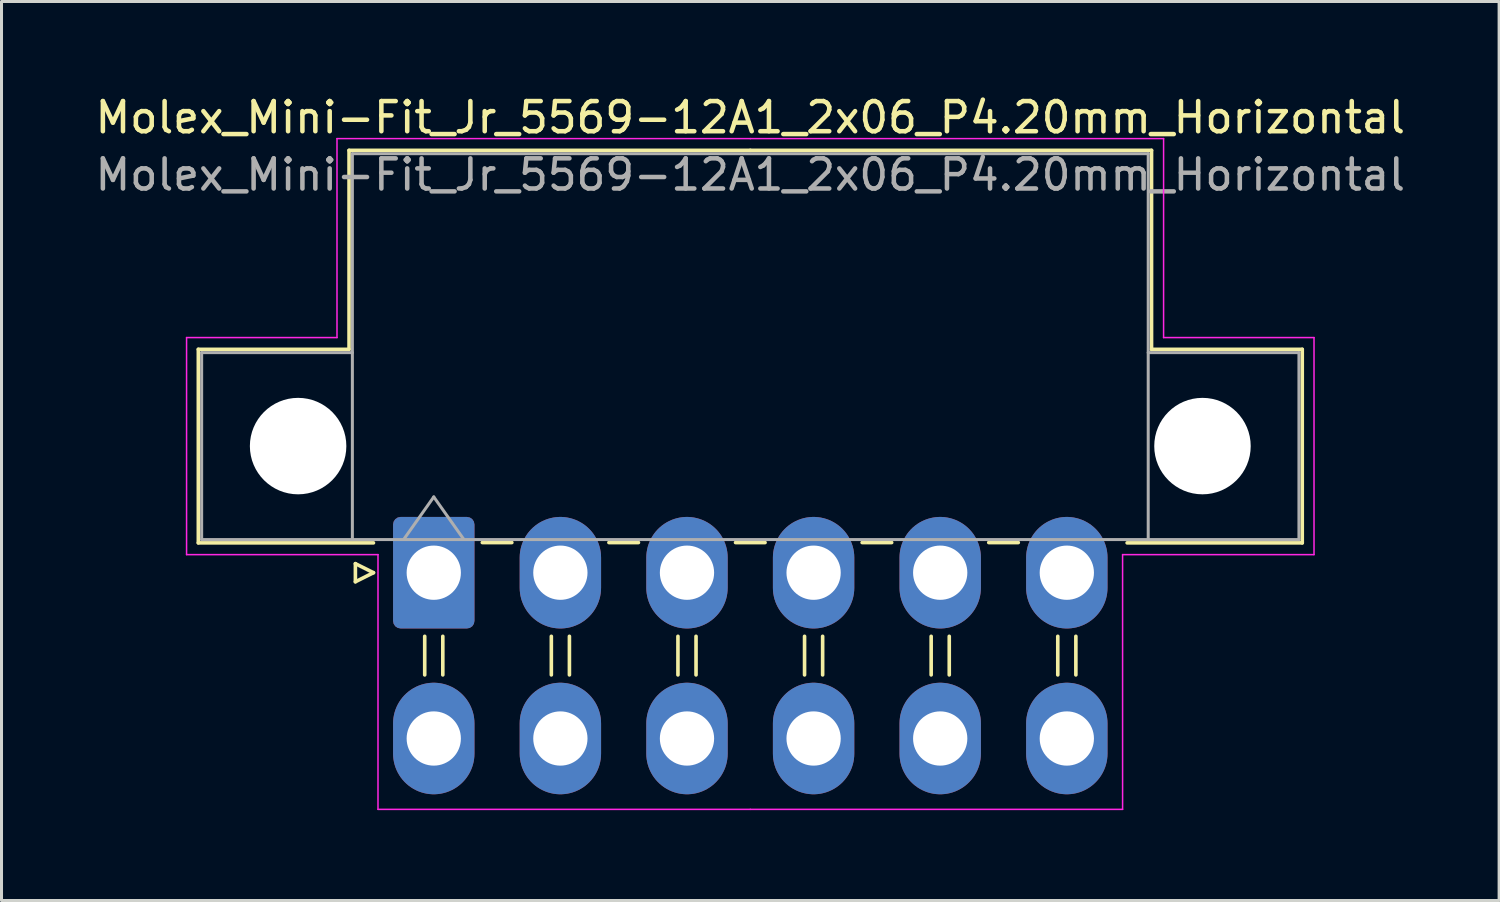
<source format=kicad_pcb>
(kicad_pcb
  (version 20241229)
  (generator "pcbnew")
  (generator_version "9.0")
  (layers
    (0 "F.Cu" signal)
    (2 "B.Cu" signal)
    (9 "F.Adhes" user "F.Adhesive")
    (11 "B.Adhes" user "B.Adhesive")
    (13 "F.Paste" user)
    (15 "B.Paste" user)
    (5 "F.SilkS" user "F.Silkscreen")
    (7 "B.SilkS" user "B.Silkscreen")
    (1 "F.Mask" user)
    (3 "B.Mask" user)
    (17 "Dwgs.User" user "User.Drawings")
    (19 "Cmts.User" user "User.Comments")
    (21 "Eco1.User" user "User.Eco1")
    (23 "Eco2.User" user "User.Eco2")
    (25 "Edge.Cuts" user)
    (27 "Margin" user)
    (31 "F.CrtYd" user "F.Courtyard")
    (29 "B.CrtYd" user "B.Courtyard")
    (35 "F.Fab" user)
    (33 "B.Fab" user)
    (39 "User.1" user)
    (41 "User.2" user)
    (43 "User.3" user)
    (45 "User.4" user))
  (footprint "Molex_Mini-Fit_Jr_5569-12A1_2x06_P4.20mm_Horizontal"
    (layer "F.Cu")
    (at 11.339 15.948)
    (property "Reference" "Molex_Mini-Fit_Jr_5569-12A1_2x06_P4.20mm_Horizontal" (at 10.5 -15.1 0) (layer "F.SilkS") (effects (font (size 1 1) (thickness 0.15))))
    (attr through_hole)
    (fp_line (start -7.81 -7.41) (end -7.81 -0.99) (stroke (width 0.12) (type solid)) (layer "F.SilkS"))
    (fp_line (start -7.81 -0.99) (end -2 -0.99) (stroke (width 0.12) (type solid)) (layer "F.SilkS"))
    (fp_line (start -2.81 -14.01) (end -2.81 -7.41) (stroke (width 0.12) (type solid)) (layer "F.SilkS"))
    (fp_line (start -2.81 -7.41) (end -7.81 -7.41) (stroke (width 0.12) (type solid)) (layer "F.SilkS"))
    (fp_line (start -2.6 -0.3) (end -2 0) (stroke (width 0.12) (type solid)) (layer "F.SilkS"))
    (fp_line (start -2.6 0.3) (end -2.6 -0.3) (stroke (width 0.12) (type solid)) (layer "F.SilkS"))
    (fp_line (start -2 0) (end -2.6 0.3) (stroke (width 0.12) (type solid)) (layer "F.SilkS"))
    (fp_line (start -0.3 2.11) (end -0.3 3.39) (stroke (width 0.12) (type solid)) (layer "F.SilkS"))
    (fp_line (start 0.3 2.11) (end 0.3 3.39) (stroke (width 0.12) (type solid)) (layer "F.SilkS"))
    (fp_line (start 1.61 -1) (end 2.59 -1) (stroke (width 0.12) (type solid)) (layer "F.SilkS"))
    (fp_line (start 3.9 2.11) (end 3.9 3.39) (stroke (width 0.12) (type solid)) (layer "F.SilkS"))
    (fp_line (start 4.5 2.11) (end 4.5 3.39) (stroke (width 0.12) (type solid)) (layer "F.SilkS"))
    (fp_line (start 5.81 -1) (end 6.79 -1) (stroke (width 0.12) (type solid)) (layer "F.SilkS"))
    (fp_line (start 8.1 2.11) (end 8.1 3.39) (stroke (width 0.12) (type solid)) (layer "F.SilkS"))
    (fp_line (start 8.7 2.11) (end 8.7 3.39) (stroke (width 0.12) (type solid)) (layer "F.SilkS"))
    (fp_line (start 10.01 -1) (end 10.99 -1) (stroke (width 0.12) (type solid)) (layer "F.SilkS"))
    (fp_line (start 10.5 -14.01) (end -2.81 -14.01) (stroke (width 0.12) (type solid)) (layer "F.SilkS"))
    (fp_line (start 10.5 -14.01) (end 23.81 -14.01) (stroke (width 0.12) (type solid)) (layer "F.SilkS"))
    (fp_line (start 12.3 2.11) (end 12.3 3.39) (stroke (width 0.12) (type solid)) (layer "F.SilkS"))
    (fp_line (start 12.9 2.11) (end 12.9 3.39) (stroke (width 0.12) (type solid)) (layer "F.SilkS"))
    (fp_line (start 14.21 -1) (end 15.19 -1) (stroke (width 0.12) (type solid)) (layer "F.SilkS"))
    (fp_line (start 16.5 2.11) (end 16.5 3.39) (stroke (width 0.12) (type solid)) (layer "F.SilkS"))
    (fp_line (start 17.1 2.11) (end 17.1 3.39) (stroke (width 0.12) (type solid)) (layer "F.SilkS"))
    (fp_line (start 18.41 -1) (end 19.39 -1) (stroke (width 0.12) (type solid)) (layer "F.SilkS"))
    (fp_line (start 20.7 2.11) (end 20.7 3.39) (stroke (width 0.12) (type solid)) (layer "F.SilkS"))
    (fp_line (start 21.3 2.11) (end 21.3 3.39) (stroke (width 0.12) (type solid)) (layer "F.SilkS"))
    (fp_line (start 23.81 -14.01) (end 23.81 -7.41) (stroke (width 0.12) (type solid)) (layer "F.SilkS"))
    (fp_line (start 23.81 -7.41) (end 28.81 -7.41) (stroke (width 0.12) (type solid)) (layer "F.SilkS"))
    (fp_line (start 28.81 -7.41) (end 28.81 -0.99) (stroke (width 0.12) (type solid)) (layer "F.SilkS"))
    (fp_line (start 28.81 -0.99) (end 23 -0.99) (stroke (width 0.12) (type solid)) (layer "F.SilkS"))
    (fp_line (start -8.2 -7.8) (end -8.2 -0.6) (stroke (width 0.05) (type solid)) (layer "F.CrtYd"))
    (fp_line (start -8.2 -0.6) (end -1.85 -0.6) (stroke (width 0.05) (type solid)) (layer "F.CrtYd"))
    (fp_line (start -3.21 -14.4) (end -3.21 -7.8) (stroke (width 0.05) (type solid)) (layer "F.CrtYd"))
    (fp_line (start -3.21 -7.8) (end -8.2 -7.8) (stroke (width 0.05) (type solid)) (layer "F.CrtYd"))
    (fp_line (start -1.85 -0.6) (end -1.85 7.85) (stroke (width 0.05) (type solid)) (layer "F.CrtYd"))
    (fp_line (start -1.85 7.85) (end 10.5 7.85) (stroke (width 0.05) (type solid)) (layer "F.CrtYd"))
    (fp_line (start 10.5 -14.4) (end -3.21 -14.4) (stroke (width 0.05) (type solid)) (layer "F.CrtYd"))
    (fp_line (start 10.5 -14.4) (end 24.21 -14.4) (stroke (width 0.05) (type solid)) (layer "F.CrtYd"))
    (fp_line (start 22.85 -0.6) (end 22.85 7.85) (stroke (width 0.05) (type solid)) (layer "F.CrtYd"))
    (fp_line (start 22.85 7.85) (end 10.5 7.85) (stroke (width 0.05) (type solid)) (layer "F.CrtYd"))
    (fp_line (start 24.21 -14.4) (end 24.21 -7.8) (stroke (width 0.05) (type solid)) (layer "F.CrtYd"))
    (fp_line (start 24.21 -7.8) (end 29.2 -7.8) (stroke (width 0.05) (type solid)) (layer "F.CrtYd"))
    (fp_line (start 29.2 -7.8) (end 29.2 -0.6) (stroke (width 0.05) (type solid)) (layer "F.CrtYd"))
    (fp_line (start 29.2 -0.6) (end 22.85 -0.6) (stroke (width 0.05) (type solid)) (layer "F.CrtYd"))
    (fp_line (start -7.7 -7.3) (end -7.7 -1.1) (stroke (width 0.1) (type solid)) (layer "F.Fab"))
    (fp_line (start -7.7 -1.1) (end -2.7 -1.1) (stroke (width 0.1) (type solid)) (layer "F.Fab"))
    (fp_line (start -2.7 -13.9) (end -2.7 -1.1) (stroke (width 0.1) (type solid)) (layer "F.Fab"))
    (fp_line (start -2.7 -7.3) (end -7.7 -7.3) (stroke (width 0.1) (type solid)) (layer "F.Fab"))
    (fp_line (start -2.7 -1.1) (end 23.7 -1.1) (stroke (width 0.1) (type solid)) (layer "F.Fab"))
    (fp_line (start -1 -1.1) (end 0 -2.514) (stroke (width 0.1) (type solid)) (layer "F.Fab"))
    (fp_line (start 0 -2.514) (end 1 -1.1) (stroke (width 0.1) (type solid)) (layer "F.Fab"))
    (fp_line (start 23.7 -13.9) (end -2.7 -13.9) (stroke (width 0.1) (type solid)) (layer "F.Fab"))
    (fp_line (start 23.7 -7.3) (end 28.7 -7.3) (stroke (width 0.1) (type solid)) (layer "F.Fab"))
    (fp_line (start 23.7 -1.1) (end 23.7 -13.9) (stroke (width 0.1) (type solid)) (layer "F.Fab"))
    (fp_line (start 28.7 -7.3) (end 28.7 -1.1) (stroke (width 0.1) (type solid)) (layer "F.Fab"))
    (fp_line (start 28.7 -1.1) (end 23.7 -1.1) (stroke (width 0.1) (type solid)) (layer "F.Fab"))
    (fp_text user "${REFERENCE}" (at 10.5 -13.2 0) (layer "F.Fab") (effects (font (size 1 1) (thickness 0.15))))
    (pad "" np_thru_hole circle (at -4.5 -4.2) (size 3.2 3.2) (drill 3.2) (layers "*.Cu" "*.Mask"))
    (pad "" np_thru_hole circle (at 25.5 -4.2) (size 3.2 3.2) (drill 3.2) (layers "*.Cu" "*.Mask"))
    (pad "1" thru_hole roundrect (at 0 0) (size 2.7 3.7) (drill 1.8) (layers "*.Cu" "*.Mask") (roundrect_rratio 0.093))
    (pad "2" thru_hole oval (at 4.2 0) (size 2.7 3.7) (drill 1.8) (layers "*.Cu" "*.Mask"))
    (pad "3" thru_hole oval (at 8.4 0) (size 2.7 3.7) (drill 1.8) (layers "*.Cu" "*.Mask"))
    (pad "4" thru_hole oval (at 12.6 0) (size 2.7 3.7) (drill 1.8) (layers "*.Cu" "*.Mask"))
    (pad "5" thru_hole oval (at 16.8 0) (size 2.7 3.7) (drill 1.8) (layers "*.Cu" "*.Mask"))
    (pad "6" thru_hole oval (at 21 0) (size 2.7 3.7) (drill 1.8) (layers "*.Cu" "*.Mask"))
    (pad "7" thru_hole oval (at 0 5.5) (size 2.7 3.7) (drill 1.8) (layers "*.Cu" "*.Mask"))
    (pad "8" thru_hole oval (at 4.2 5.5) (size 2.7 3.7) (drill 1.8) (layers "*.Cu" "*.Mask"))
    (pad "9" thru_hole oval (at 8.4 5.5) (size 2.7 3.7) (drill 1.8) (layers "*.Cu" "*.Mask"))
    (pad "10" thru_hole oval (at 12.6 5.5) (size 2.7 3.7) (drill 1.8) (layers "*.Cu" "*.Mask"))
    (pad "11" thru_hole oval (at 16.8 5.5) (size 2.7 3.7) (drill 1.8) (layers "*.Cu" "*.Mask"))
    (pad "12" thru_hole oval (at 21 5.5) (size 2.7 3.7) (drill 1.8) (layers "*.Cu" "*.Mask")))
  (gr_rect
    (start -3 -3)
    (end 46.679 26.823)
    (stroke (width 0.1) (type default))
    (fill no)
    (layer "Edge.Cuts")))
</source>
